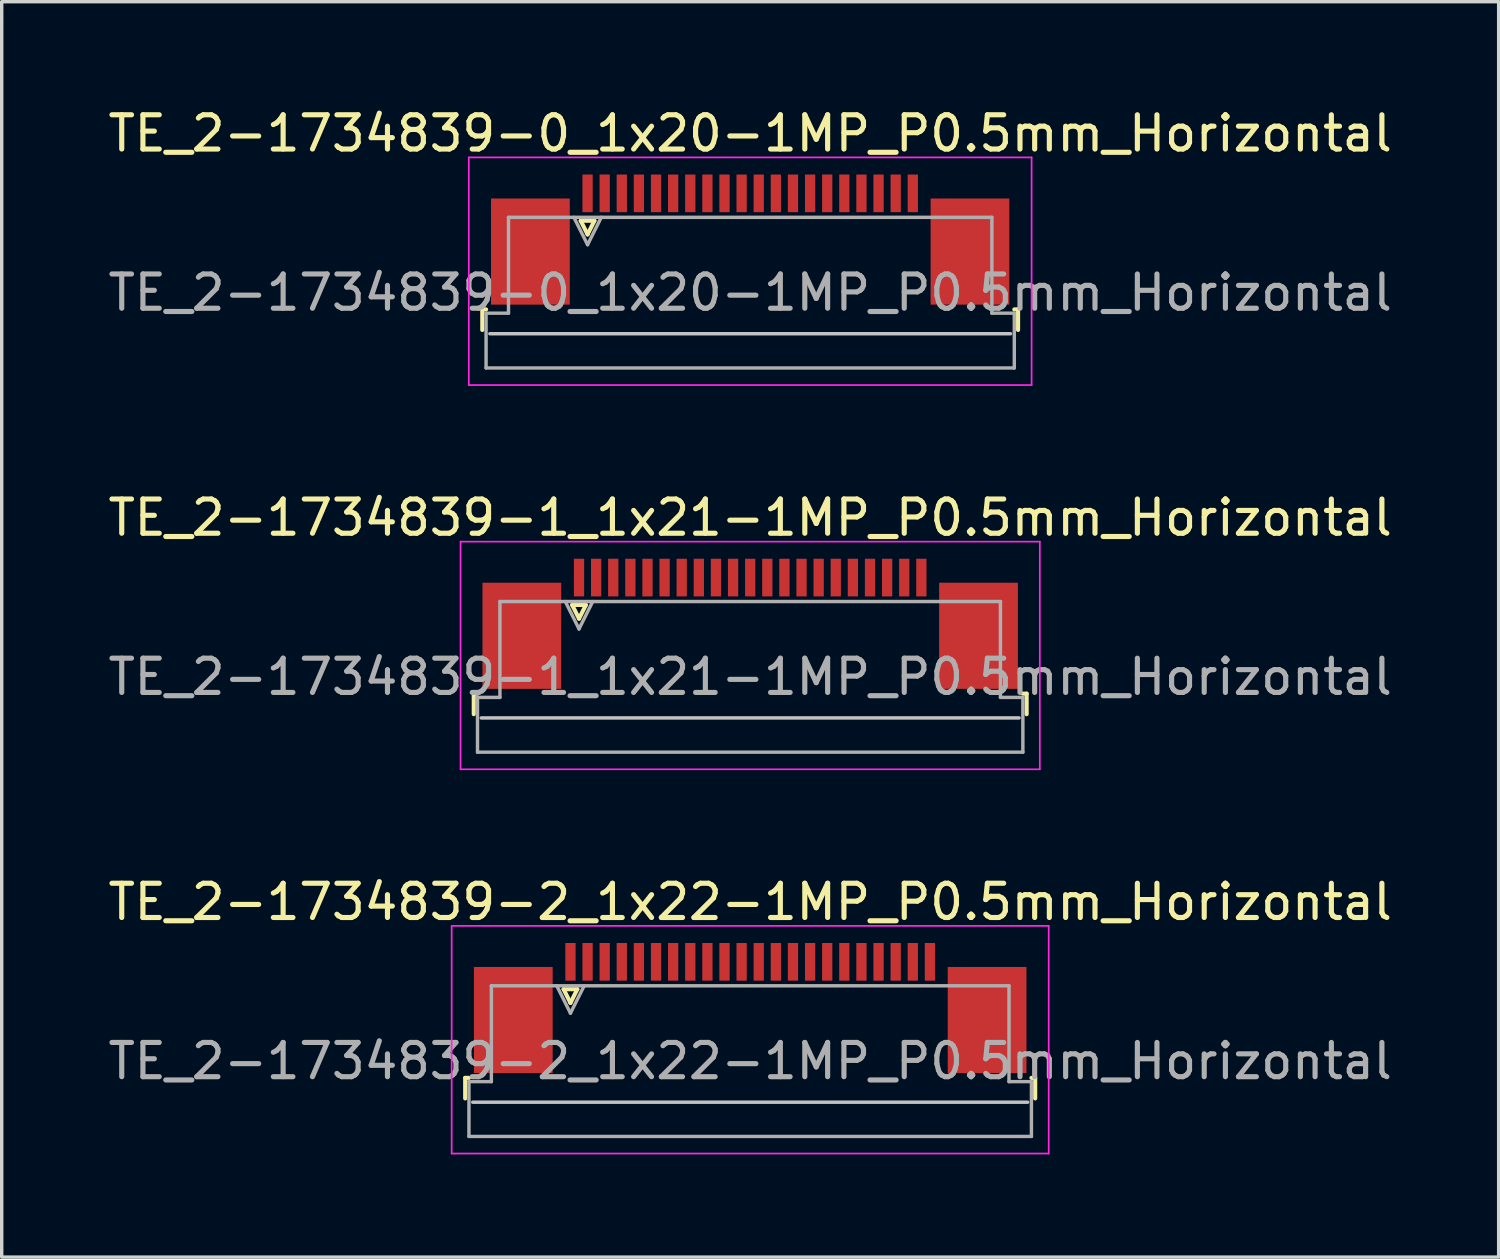
<source format=kicad_pcb>
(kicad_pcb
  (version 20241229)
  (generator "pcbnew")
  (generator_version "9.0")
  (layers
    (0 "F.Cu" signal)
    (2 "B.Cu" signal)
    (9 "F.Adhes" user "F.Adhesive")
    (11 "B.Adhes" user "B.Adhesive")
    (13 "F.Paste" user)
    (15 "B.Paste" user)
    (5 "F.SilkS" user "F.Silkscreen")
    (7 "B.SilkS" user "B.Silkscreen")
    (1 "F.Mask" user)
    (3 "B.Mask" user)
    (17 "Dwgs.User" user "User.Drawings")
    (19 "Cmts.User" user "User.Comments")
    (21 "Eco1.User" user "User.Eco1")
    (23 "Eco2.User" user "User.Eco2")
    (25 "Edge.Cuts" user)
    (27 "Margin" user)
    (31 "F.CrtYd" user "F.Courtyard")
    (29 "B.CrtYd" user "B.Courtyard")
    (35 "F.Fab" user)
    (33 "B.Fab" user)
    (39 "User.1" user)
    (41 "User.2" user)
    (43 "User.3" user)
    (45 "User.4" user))
  (footprint "TE_2-1734839-1_1x21-1MP_P0.5mm_Horizontal"
    (layer "F.Cu")
    (at 18.863 15.171)
    (property "Reference" "TE_2-1734839-1_1x21-1MP_P0.5mm_Horizontal" (at 0 -3.1 0) (layer "F.SilkS") (effects (font (size 1 1) (thickness 0.15))))
    (attr smd)
    (fp_line (start -8.075 2.04) (end -8.075 2.64) (stroke (width 0.12) (type solid)) (layer "F.SilkS"))
    (fp_line (start -7.965 2.04) (end -8.075 2.04) (stroke (width 0.12) (type solid)) (layer "F.SilkS"))
    (fp_line (start -5.2 -0.55) (end -5 -0.15) (stroke (width 0.12) (type solid)) (layer "F.SilkS"))
    (fp_line (start -5 -0.15) (end -4.8 -0.55) (stroke (width 0.12) (type solid)) (layer "F.SilkS"))
    (fp_line (start -4.8 -0.55) (end -5.2 -0.55) (stroke (width 0.12) (type solid)) (layer "F.SilkS"))
    (fp_line (start 7.965 2.04) (end 8.075 2.04) (stroke (width 0.12) (type solid)) (layer "F.SilkS"))
    (fp_line (start 8.075 2.04) (end 8.075 2.64) (stroke (width 0.12) (type solid)) (layer "F.SilkS"))
    (fp_line (start 7.855 2.75) (end -7.855 2.75) (stroke (width 0.1) (type solid)) (layer "Dwgs.User"))
    (fp_line (start -8.46 -2.4) (end -8.46 4.25) (stroke (width 0.05) (type solid)) (layer "F.CrtYd"))
    (fp_line (start -8.46 4.25) (end 8.46 4.25) (stroke (width 0.05) (type solid)) (layer "F.CrtYd"))
    (fp_line (start 8.46 -2.4) (end -8.46 -2.4) (stroke (width 0.05) (type solid)) (layer "F.CrtYd"))
    (fp_line (start 8.46 4.25) (end 8.46 -2.4) (stroke (width 0.05) (type solid)) (layer "F.CrtYd"))
    (fp_line (start -7.965 2.15) (end -7.31 2.15) (stroke (width 0.1) (type solid)) (layer "F.Fab"))
    (fp_line (start -7.965 3.75) (end -7.965 2.15) (stroke (width 0.1) (type solid)) (layer "F.Fab"))
    (fp_line (start -7.31 -0.65) (end 7.31 -0.65) (stroke (width 0.1) (type solid)) (layer "F.Fab"))
    (fp_line (start -7.31 2.15) (end -7.31 -0.65) (stroke (width 0.1) (type solid)) (layer "F.Fab"))
    (fp_line (start -5.4 -0.65) (end -5 0.15) (stroke (width 0.1) (type solid)) (layer "F.Fab"))
    (fp_line (start -5 0.15) (end -4.6 -0.65) (stroke (width 0.1) (type solid)) (layer "F.Fab"))
    (fp_line (start 7.31 -0.65) (end 7.31 2.15) (stroke (width 0.1) (type solid)) (layer "F.Fab"))
    (fp_line (start 7.31 2.15) (end 7.965 2.15) (stroke (width 0.1) (type solid)) (layer "F.Fab"))
    (fp_line (start 7.965 2.15) (end 7.965 3.75) (stroke (width 0.1) (type solid)) (layer "F.Fab"))
    (fp_line (start 7.965 3.75) (end -7.965 3.75) (stroke (width 0.1) (type solid)) (layer "F.Fab"))
    (fp_text user "${REFERENCE}" (at 0 1.55 0) (layer "F.Fab") (effects (font (size 1 1) (thickness 0.15))))
    (pad "1" smd rect (at -5 -1.35) (size 0.3 1.1) (layers "F.Cu" "F.Mask" "F.Paste"))
    (pad "2" smd rect (at -4.5 -1.35) (size 0.3 1.1) (layers "F.Cu" "F.Mask" "F.Paste"))
    (pad "3" smd rect (at -4 -1.35) (size 0.3 1.1) (layers "F.Cu" "F.Mask" "F.Paste"))
    (pad "4" smd rect (at -3.5 -1.35) (size 0.3 1.1) (layers "F.Cu" "F.Mask" "F.Paste"))
    (pad "5" smd rect (at -3 -1.35) (size 0.3 1.1) (layers "F.Cu" "F.Mask" "F.Paste"))
    (pad "6" smd rect (at -2.5 -1.35) (size 0.3 1.1) (layers "F.Cu" "F.Mask" "F.Paste"))
    (pad "7" smd rect (at -2 -1.35) (size 0.3 1.1) (layers "F.Cu" "F.Mask" "F.Paste"))
    (pad "8" smd rect (at -1.5 -1.35) (size 0.3 1.1) (layers "F.Cu" "F.Mask" "F.Paste"))
    (pad "9" smd rect (at -1 -1.35) (size 0.3 1.1) (layers "F.Cu" "F.Mask" "F.Paste"))
    (pad "10" smd rect (at -0.5 -1.35) (size 0.3 1.1) (layers "F.Cu" "F.Mask" "F.Paste"))
    (pad "11" smd rect (at 0 -1.35) (size 0.3 1.1) (layers "F.Cu" "F.Mask" "F.Paste"))
    (pad "12" smd rect (at 0.5 -1.35) (size 0.3 1.1) (layers "F.Cu" "F.Mask" "F.Paste"))
    (pad "13" smd rect (at 1 -1.35) (size 0.3 1.1) (layers "F.Cu" "F.Mask" "F.Paste"))
    (pad "14" smd rect (at 1.5 -1.35) (size 0.3 1.1) (layers "F.Cu" "F.Mask" "F.Paste"))
    (pad "15" smd rect (at 2 -1.35) (size 0.3 1.1) (layers "F.Cu" "F.Mask" "F.Paste"))
    (pad "16" smd rect (at 2.5 -1.35) (size 0.3 1.1) (layers "F.Cu" "F.Mask" "F.Paste"))
    (pad "17" smd rect (at 3 -1.35) (size 0.3 1.1) (layers "F.Cu" "F.Mask" "F.Paste"))
    (pad "18" smd rect (at 3.5 -1.35) (size 0.3 1.1) (layers "F.Cu" "F.Mask" "F.Paste"))
    (pad "19" smd rect (at 4 -1.35) (size 0.3 1.1) (layers "F.Cu" "F.Mask" "F.Paste"))
    (pad "20" smd rect (at 4.5 -1.35) (size 0.3 1.1) (layers "F.Cu" "F.Mask" "F.Paste"))
    (pad "21" smd rect (at 5 -1.35) (size 0.3 1.1) (layers "F.Cu" "F.Mask" "F.Paste"))
    (pad "MP" smd rect (at -6.67 0.35) (size 2.3 3.1) (layers "F.Cu" "F.Mask" "F.Paste"))
    (pad "MP" smd rect (at 6.67 0.35) (size 2.3 3.1) (layers "F.Cu" "F.Mask" "F.Paste")))
  (footprint "TE_2-1734839-0_1x20-1MP_P0.5mm_Horizontal"
    (layer "F.Cu")
    (at 18.863 3.948)
    (property "Reference" "TE_2-1734839-0_1x20-1MP_P0.5mm_Horizontal" (at 0 -3.1 0) (layer "F.SilkS") (effects (font (size 1 1) (thickness 0.15))))
    (attr smd)
    (fp_line (start -7.825 2.04) (end -7.825 2.64) (stroke (width 0.12) (type solid)) (layer "F.SilkS"))
    (fp_line (start -7.715 2.04) (end -7.825 2.04) (stroke (width 0.12) (type solid)) (layer "F.SilkS"))
    (fp_line (start -4.95 -0.55) (end -4.75 -0.15) (stroke (width 0.12) (type solid)) (layer "F.SilkS"))
    (fp_line (start -4.75 -0.15) (end -4.55 -0.55) (stroke (width 0.12) (type solid)) (layer "F.SilkS"))
    (fp_line (start -4.55 -0.55) (end -4.95 -0.55) (stroke (width 0.12) (type solid)) (layer "F.SilkS"))
    (fp_line (start 7.715 2.04) (end 7.825 2.04) (stroke (width 0.12) (type solid)) (layer "F.SilkS"))
    (fp_line (start 7.825 2.04) (end 7.825 2.64) (stroke (width 0.12) (type solid)) (layer "F.SilkS"))
    (fp_line (start 7.605 2.75) (end -7.605 2.75) (stroke (width 0.1) (type solid)) (layer "Dwgs.User"))
    (fp_line (start -8.22 -2.4) (end -8.22 4.25) (stroke (width 0.05) (type solid)) (layer "F.CrtYd"))
    (fp_line (start -8.22 4.25) (end 8.22 4.25) (stroke (width 0.05) (type solid)) (layer "F.CrtYd"))
    (fp_line (start 8.22 -2.4) (end -8.22 -2.4) (stroke (width 0.05) (type solid)) (layer "F.CrtYd"))
    (fp_line (start 8.22 4.25) (end 8.22 -2.4) (stroke (width 0.05) (type solid)) (layer "F.CrtYd"))
    (fp_line (start -7.715 2.15) (end -7.06 2.15) (stroke (width 0.1) (type solid)) (layer "F.Fab"))
    (fp_line (start -7.715 3.75) (end -7.715 2.15) (stroke (width 0.1) (type solid)) (layer "F.Fab"))
    (fp_line (start -7.06 -0.65) (end 7.06 -0.65) (stroke (width 0.1) (type solid)) (layer "F.Fab"))
    (fp_line (start -7.06 2.15) (end -7.06 -0.65) (stroke (width 0.1) (type solid)) (layer "F.Fab"))
    (fp_line (start -5.15 -0.65) (end -4.75 0.15) (stroke (width 0.1) (type solid)) (layer "F.Fab"))
    (fp_line (start -4.75 0.15) (end -4.35 -0.65) (stroke (width 0.1) (type solid)) (layer "F.Fab"))
    (fp_line (start 7.06 -0.65) (end 7.06 2.15) (stroke (width 0.1) (type solid)) (layer "F.Fab"))
    (fp_line (start 7.06 2.15) (end 7.715 2.15) (stroke (width 0.1) (type solid)) (layer "F.Fab"))
    (fp_line (start 7.715 2.15) (end 7.715 3.75) (stroke (width 0.1) (type solid)) (layer "F.Fab"))
    (fp_line (start 7.715 3.75) (end -7.715 3.75) (stroke (width 0.1) (type solid)) (layer "F.Fab"))
    (fp_text user "${REFERENCE}" (at 0 1.55 0) (layer "F.Fab") (effects (font (size 1 1) (thickness 0.15))))
    (pad "1" smd rect (at -4.75 -1.35) (size 0.3 1.1) (layers "F.Cu" "F.Mask" "F.Paste"))
    (pad "2" smd rect (at -4.25 -1.35) (size 0.3 1.1) (layers "F.Cu" "F.Mask" "F.Paste"))
    (pad "3" smd rect (at -3.75 -1.35) (size 0.3 1.1) (layers "F.Cu" "F.Mask" "F.Paste"))
    (pad "4" smd rect (at -3.25 -1.35) (size 0.3 1.1) (layers "F.Cu" "F.Mask" "F.Paste"))
    (pad "5" smd rect (at -2.75 -1.35) (size 0.3 1.1) (layers "F.Cu" "F.Mask" "F.Paste"))
    (pad "6" smd rect (at -2.25 -1.35) (size 0.3 1.1) (layers "F.Cu" "F.Mask" "F.Paste"))
    (pad "7" smd rect (at -1.75 -1.35) (size 0.3 1.1) (layers "F.Cu" "F.Mask" "F.Paste"))
    (pad "8" smd rect (at -1.25 -1.35) (size 0.3 1.1) (layers "F.Cu" "F.Mask" "F.Paste"))
    (pad "9" smd rect (at -0.75 -1.35) (size 0.3 1.1) (layers "F.Cu" "F.Mask" "F.Paste"))
    (pad "10" smd rect (at -0.25 -1.35) (size 0.3 1.1) (layers "F.Cu" "F.Mask" "F.Paste"))
    (pad "11" smd rect (at 0.25 -1.35) (size 0.3 1.1) (layers "F.Cu" "F.Mask" "F.Paste"))
    (pad "12" smd rect (at 0.75 -1.35) (size 0.3 1.1) (layers "F.Cu" "F.Mask" "F.Paste"))
    (pad "13" smd rect (at 1.25 -1.35) (size 0.3 1.1) (layers "F.Cu" "F.Mask" "F.Paste"))
    (pad "14" smd rect (at 1.75 -1.35) (size 0.3 1.1) (layers "F.Cu" "F.Mask" "F.Paste"))
    (pad "15" smd rect (at 2.25 -1.35) (size 0.3 1.1) (layers "F.Cu" "F.Mask" "F.Paste"))
    (pad "16" smd rect (at 2.75 -1.35) (size 0.3 1.1) (layers "F.Cu" "F.Mask" "F.Paste"))
    (pad "17" smd rect (at 3.25 -1.35) (size 0.3 1.1) (layers "F.Cu" "F.Mask" "F.Paste"))
    (pad "18" smd rect (at 3.75 -1.35) (size 0.3 1.1) (layers "F.Cu" "F.Mask" "F.Paste"))
    (pad "19" smd rect (at 4.25 -1.35) (size 0.3 1.1) (layers "F.Cu" "F.Mask" "F.Paste"))
    (pad "20" smd rect (at 4.75 -1.35) (size 0.3 1.1) (layers "F.Cu" "F.Mask" "F.Paste"))
    (pad "MP" smd rect (at -6.42 0.35) (size 2.3 3.1) (layers "F.Cu" "F.Mask" "F.Paste"))
    (pad "MP" smd rect (at 6.42 0.35) (size 2.3 3.1) (layers "F.Cu" "F.Mask" "F.Paste")))
  (footprint "TE_2-1734839-2_1x22-1MP_P0.5mm_Horizontal"
    (layer "F.Cu")
    (at 18.863 26.395)
    (property "Reference" "TE_2-1734839-2_1x22-1MP_P0.5mm_Horizontal" (at 0 -3.1 0) (layer "F.SilkS") (effects (font (size 1 1) (thickness 0.15))))
    (attr smd)
    (fp_line (start -8.325 2.04) (end -8.325 2.64) (stroke (width 0.12) (type solid)) (layer "F.SilkS"))
    (fp_line (start -8.215 2.04) (end -8.325 2.04) (stroke (width 0.12) (type solid)) (layer "F.SilkS"))
    (fp_line (start -5.45 -0.55) (end -5.25 -0.15) (stroke (width 0.12) (type solid)) (layer "F.SilkS"))
    (fp_line (start -5.25 -0.15) (end -5.05 -0.55) (stroke (width 0.12) (type solid)) (layer "F.SilkS"))
    (fp_line (start -5.05 -0.55) (end -5.45 -0.55) (stroke (width 0.12) (type solid)) (layer "F.SilkS"))
    (fp_line (start 8.215 2.04) (end 8.325 2.04) (stroke (width 0.12) (type solid)) (layer "F.SilkS"))
    (fp_line (start 8.325 2.04) (end 8.325 2.64) (stroke (width 0.12) (type solid)) (layer "F.SilkS"))
    (fp_line (start 8.105 2.75) (end -8.105 2.75) (stroke (width 0.1) (type solid)) (layer "Dwgs.User"))
    (fp_line (start -8.72 -2.4) (end -8.72 4.25) (stroke (width 0.05) (type solid)) (layer "F.CrtYd"))
    (fp_line (start -8.72 4.25) (end 8.72 4.25) (stroke (width 0.05) (type solid)) (layer "F.CrtYd"))
    (fp_line (start 8.72 -2.4) (end -8.72 -2.4) (stroke (width 0.05) (type solid)) (layer "F.CrtYd"))
    (fp_line (start 8.72 4.25) (end 8.72 -2.4) (stroke (width 0.05) (type solid)) (layer "F.CrtYd"))
    (fp_line (start -8.215 2.15) (end -7.56 2.15) (stroke (width 0.1) (type solid)) (layer "F.Fab"))
    (fp_line (start -8.215 3.75) (end -8.215 2.15) (stroke (width 0.1) (type solid)) (layer "F.Fab"))
    (fp_line (start -7.56 -0.65) (end 7.56 -0.65) (stroke (width 0.1) (type solid)) (layer "F.Fab"))
    (fp_line (start -7.56 2.15) (end -7.56 -0.65) (stroke (width 0.1) (type solid)) (layer "F.Fab"))
    (fp_line (start -5.65 -0.65) (end -5.25 0.15) (stroke (width 0.1) (type solid)) (layer "F.Fab"))
    (fp_line (start -5.25 0.15) (end -4.85 -0.65) (stroke (width 0.1) (type solid)) (layer "F.Fab"))
    (fp_line (start 7.56 -0.65) (end 7.56 2.15) (stroke (width 0.1) (type solid)) (layer "F.Fab"))
    (fp_line (start 7.56 2.15) (end 8.215 2.15) (stroke (width 0.1) (type solid)) (layer "F.Fab"))
    (fp_line (start 8.215 2.15) (end 8.215 3.75) (stroke (width 0.1) (type solid)) (layer "F.Fab"))
    (fp_line (start 8.215 3.75) (end -8.215 3.75) (stroke (width 0.1) (type solid)) (layer "F.Fab"))
    (fp_text user "${REFERENCE}" (at 0 1.55 0) (layer "F.Fab") (effects (font (size 1 1) (thickness 0.15))))
    (pad "1" smd rect (at -5.25 -1.35) (size 0.3 1.1) (layers "F.Cu" "F.Mask" "F.Paste"))
    (pad "2" smd rect (at -4.75 -1.35) (size 0.3 1.1) (layers "F.Cu" "F.Mask" "F.Paste"))
    (pad "3" smd rect (at -4.25 -1.35) (size 0.3 1.1) (layers "F.Cu" "F.Mask" "F.Paste"))
    (pad "4" smd rect (at -3.75 -1.35) (size 0.3 1.1) (layers "F.Cu" "F.Mask" "F.Paste"))
    (pad "5" smd rect (at -3.25 -1.35) (size 0.3 1.1) (layers "F.Cu" "F.Mask" "F.Paste"))
    (pad "6" smd rect (at -2.75 -1.35) (size 0.3 1.1) (layers "F.Cu" "F.Mask" "F.Paste"))
    (pad "7" smd rect (at -2.25 -1.35) (size 0.3 1.1) (layers "F.Cu" "F.Mask" "F.Paste"))
    (pad "8" smd rect (at -1.75 -1.35) (size 0.3 1.1) (layers "F.Cu" "F.Mask" "F.Paste"))
    (pad "9" smd rect (at -1.25 -1.35) (size 0.3 1.1) (layers "F.Cu" "F.Mask" "F.Paste"))
    (pad "10" smd rect (at -0.75 -1.35) (size 0.3 1.1) (layers "F.Cu" "F.Mask" "F.Paste"))
    (pad "11" smd rect (at -0.25 -1.35) (size 0.3 1.1) (layers "F.Cu" "F.Mask" "F.Paste"))
    (pad "12" smd rect (at 0.25 -1.35) (size 0.3 1.1) (layers "F.Cu" "F.Mask" "F.Paste"))
    (pad "13" smd rect (at 0.75 -1.35) (size 0.3 1.1) (layers "F.Cu" "F.Mask" "F.Paste"))
    (pad "14" smd rect (at 1.25 -1.35) (size 0.3 1.1) (layers "F.Cu" "F.Mask" "F.Paste"))
    (pad "15" smd rect (at 1.75 -1.35) (size 0.3 1.1) (layers "F.Cu" "F.Mask" "F.Paste"))
    (pad "16" smd rect (at 2.25 -1.35) (size 0.3 1.1) (layers "F.Cu" "F.Mask" "F.Paste"))
    (pad "17" smd rect (at 2.75 -1.35) (size 0.3 1.1) (layers "F.Cu" "F.Mask" "F.Paste"))
    (pad "18" smd rect (at 3.25 -1.35) (size 0.3 1.1) (layers "F.Cu" "F.Mask" "F.Paste"))
    (pad "19" smd rect (at 3.75 -1.35) (size 0.3 1.1) (layers "F.Cu" "F.Mask" "F.Paste"))
    (pad "20" smd rect (at 4.25 -1.35) (size 0.3 1.1) (layers "F.Cu" "F.Mask" "F.Paste"))
    (pad "21" smd rect (at 4.75 -1.35) (size 0.3 1.1) (layers "F.Cu" "F.Mask" "F.Paste"))
    (pad "22" smd rect (at 5.25 -1.35) (size 0.3 1.1) (layers "F.Cu" "F.Mask" "F.Paste"))
    (pad "MP" smd rect (at -6.92 0.35) (size 2.3 3.1) (layers "F.Cu" "F.Mask" "F.Paste"))
    (pad "MP" smd rect (at 6.92 0.35) (size 2.3 3.1) (layers "F.Cu" "F.Mask" "F.Paste")))
  (gr_rect
    (start -3 -3)
    (end 40.726 33.67)
    (stroke (width 0.1) (type default))
    (fill no)
    (layer "Edge.Cuts")))
</source>
